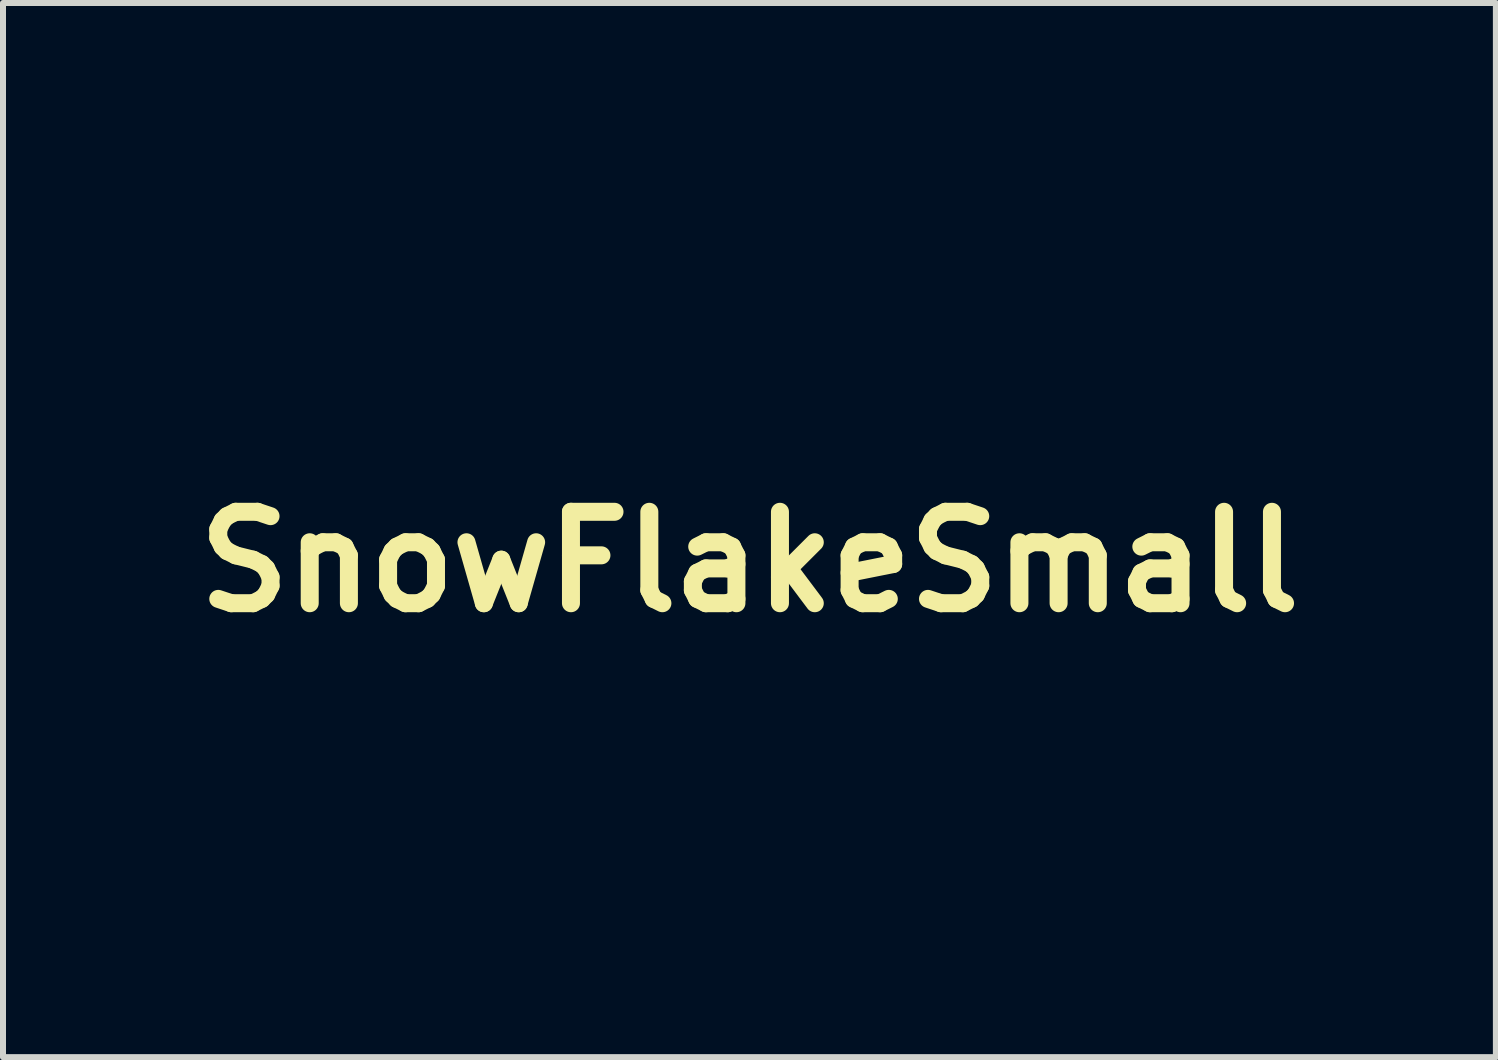
<source format=kicad_pcb>
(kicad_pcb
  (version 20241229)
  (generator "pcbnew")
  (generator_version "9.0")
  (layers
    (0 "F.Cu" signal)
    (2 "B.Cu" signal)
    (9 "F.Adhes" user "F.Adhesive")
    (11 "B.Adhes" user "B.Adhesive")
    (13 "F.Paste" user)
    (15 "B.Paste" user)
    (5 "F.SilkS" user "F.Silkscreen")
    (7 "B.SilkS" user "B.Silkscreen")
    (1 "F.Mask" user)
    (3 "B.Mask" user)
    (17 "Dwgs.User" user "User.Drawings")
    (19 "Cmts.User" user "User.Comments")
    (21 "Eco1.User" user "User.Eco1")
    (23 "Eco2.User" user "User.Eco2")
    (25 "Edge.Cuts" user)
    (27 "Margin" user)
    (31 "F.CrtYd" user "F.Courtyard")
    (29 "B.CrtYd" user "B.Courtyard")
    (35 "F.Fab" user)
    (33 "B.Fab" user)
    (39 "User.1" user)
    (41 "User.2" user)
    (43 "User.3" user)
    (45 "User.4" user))
  (footprint "SnowFlakeSmall"
    (layer "F.Cu")
    (at 9.442 6.315)
    (property "Reference" "SnowFlakeSmall" (at 0 0 0) (layer "F.SilkS") (effects (font (size 1.524 1.524) (thickness 0.3))))
    (attr through_hole)
    (fp_poly (pts (xy 0.097 -5.488) (xy 0.099 -4.666) (xy 0.434 -5.17) (xy 0.769 -5.673) (xy 0.785 -5.663) (xy 0.807 -5.649) (xy 0.834 -5.63) (xy 0.867 -5.609) (xy 0.903 -5.585) (xy 0.942 -5.559) (xy 0.983 -5.532) (xy 1.024 -5.504) (xy 1.064 -5.477) (xy 1.103 -5.451) (xy 1.139 -5.426) (xy 1.172 -5.404) (xy 1.199 -5.385) (xy 1.221 -5.371) (xy 1.235 -5.36) (xy 1.241 -5.355) (xy 1.242 -5.355) (xy 1.239 -5.35) (xy 1.23 -5.336) (xy 1.215 -5.314) (xy 1.195 -5.283) (xy 1.17 -5.245) (xy 1.14 -5.2) (xy 1.106 -5.149) (xy 1.068 -5.091) (xy 1.026 -5.028) (xy 0.98 -4.959) (xy 0.931 -4.886) (xy 0.88 -4.808) (xy 0.826 -4.727) (xy 0.77 -4.643) (xy 0.711 -4.555) (xy 0.669 -4.492) (xy 0.096 -3.632) (xy 0.099 -2.143) (xy 0.15 -2.213) (xy 0.159 -2.226) (xy 0.175 -2.248) (xy 0.196 -2.277) (xy 0.223 -2.314) (xy 0.255 -2.358) (xy 0.291 -2.408) (xy 0.331 -2.463) (xy 0.374 -2.523) (xy 0.421 -2.587) (xy 0.47 -2.655) (xy 0.522 -2.726) (xy 0.575 -2.799) (xy 0.629 -2.874) (xy 0.644 -2.894) (xy 1.088 -3.504) (xy 1.809 -2.981) (xy 1.889 -2.922) (xy 1.967 -2.865) (xy 2.042 -2.811) (xy 2.113 -2.759) (xy 2.181 -2.71) (xy 2.244 -2.664) (xy 2.302 -2.621) (xy 2.354 -2.583) (xy 2.401 -2.549) (xy 2.441 -2.519) (xy 2.475 -2.494) (xy 2.501 -2.475) (xy 2.519 -2.462) (xy 2.528 -2.454) (xy 2.53 -2.453) (xy 2.527 -2.448) (xy 2.517 -2.434) (xy 2.502 -2.412) (xy 2.481 -2.383) (xy 2.455 -2.347) (xy 2.424 -2.304) (xy 2.388 -2.255) (xy 2.349 -2.2) (xy 2.306 -2.14) (xy 2.259 -2.076) (xy 2.21 -2.008) (xy 2.157 -1.936) (xy 2.103 -1.861) (xy 2.047 -1.783) (xy 2.04 -1.774) (xy 1.983 -1.696) (xy 1.928 -1.62) (xy 1.876 -1.548) (xy 1.826 -1.479) (xy 1.779 -1.414) (xy 1.735 -1.353) (xy 1.694 -1.298) (xy 1.658 -1.248) (xy 1.626 -1.204) (xy 1.599 -1.166) (xy 1.577 -1.136) (xy 1.56 -1.113) (xy 1.55 -1.098) (xy 1.545 -1.092) (xy 1.545 -1.092) (xy 1.549 -1.092) (xy 1.562 -1.094) (xy 1.583 -1.1) (xy 1.611 -1.108) (xy 1.644 -1.118) (xy 1.667 -1.126) (xy 1.689 -1.133) (xy 1.721 -1.143) (xy 1.762 -1.156) (xy 1.811 -1.172) (xy 1.867 -1.191) (xy 1.93 -1.211) (xy 1.999 -1.233) (xy 2.072 -1.257) (xy 2.15 -1.282) (xy 2.23 -1.308) (xy 2.312 -1.335) (xy 2.396 -1.362) (xy 2.418 -1.369) (xy 3.043 -1.572) (xy 3.664 -2.348) (xy 3.73 -2.43) (xy 3.794 -2.51) (xy 3.856 -2.587) (xy 3.915 -2.661) (xy 3.972 -2.732) (xy 4.025 -2.798) (xy 4.074 -2.859) (xy 4.119 -2.916) (xy 4.161 -2.967) (xy 4.197 -3.012) (xy 4.228 -3.051) (xy 4.254 -3.083) (xy 4.274 -3.108) (xy 4.288 -3.125) (xy 4.295 -3.134) (xy 4.296 -3.135) (xy 4.298 -3.137) (xy 4.301 -3.138) (xy 4.306 -3.138) (xy 4.312 -3.135) (xy 4.322 -3.129) (xy 4.335 -3.12) (xy 4.352 -3.107) (xy 4.375 -3.09) (xy 4.403 -3.068) (xy 4.438 -3.04) (xy 4.48 -3.006) (xy 4.526 -2.969) (xy 4.57 -2.935) (xy 4.61 -2.902) (xy 4.647 -2.872) (xy 4.679 -2.846) (xy 4.706 -2.824) (xy 4.727 -2.807) (xy 4.741 -2.795) (xy 4.747 -2.789) (xy 4.747 -2.789) (xy 4.744 -2.784) (xy 4.733 -2.771) (xy 4.717 -2.75) (xy 4.695 -2.723) (xy 4.668 -2.689) (xy 4.637 -2.649) (xy 4.601 -2.604) (xy 4.561 -2.554) (xy 4.518 -2.5) (xy 4.472 -2.442) (xy 4.424 -2.382) (xy 4.392 -2.342) (xy 4.343 -2.281) (xy 4.295 -2.221) (xy 4.25 -2.165) (xy 4.209 -2.113) (xy 4.17 -2.065) (xy 4.136 -2.022) (xy 4.106 -1.984) (xy 4.081 -1.953) (xy 4.061 -1.928) (xy 4.047 -1.91) (xy 4.04 -1.9) (xy 4.038 -1.898) (xy 4.044 -1.9) (xy 4.059 -1.904) (xy 4.084 -1.912) (xy 4.118 -1.923) (xy 4.16 -1.937) (xy 4.21 -1.953) (xy 4.267 -1.971) (xy 4.33 -1.991) (xy 4.399 -2.014) (xy 4.473 -2.038) (xy 4.552 -2.063) (xy 4.635 -2.09) (xy 4.721 -2.118) (xy 4.769 -2.134) (xy 4.857 -2.162) (xy 4.942 -2.19) (xy 5.023 -2.216) (xy 5.1 -2.241) (xy 5.172 -2.264) (xy 5.239 -2.286) (xy 5.3 -2.305) (xy 5.355 -2.323) (xy 5.402 -2.338) (xy 5.441 -2.35) (xy 5.471 -2.36) (xy 5.493 -2.367) (xy 5.505 -2.37) (xy 5.507 -2.371) (xy 5.514 -2.369) (xy 5.515 -2.368) (xy 5.516 -2.362) (xy 5.521 -2.347) (xy 5.529 -2.322) (xy 5.54 -2.289) (xy 5.553 -2.249) (xy 5.568 -2.203) (xy 5.584 -2.151) (xy 5.603 -2.094) (xy 5.622 -2.033) (xy 5.639 -1.983) (xy 5.659 -1.92) (xy 5.679 -1.86) (xy 5.696 -1.804) (xy 5.713 -1.753) (xy 5.727 -1.708) (xy 5.739 -1.669) (xy 5.748 -1.638) (xy 5.755 -1.615) (xy 5.758 -1.601) (xy 5.759 -1.597) (xy 5.753 -1.595) (xy 5.737 -1.59) (xy 5.713 -1.581) (xy 5.679 -1.57) (xy 5.638 -1.556) (xy 5.589 -1.54) (xy 5.534 -1.522) (xy 5.473 -1.503) (xy 5.407 -1.481) (xy 5.337 -1.458) (xy 5.264 -1.434) (xy 5.187 -1.409) (xy 5.109 -1.383) (xy 5.029 -1.357) (xy 4.948 -1.331) (xy 4.867 -1.305) (xy 4.787 -1.279) (xy 4.709 -1.253) (xy 4.633 -1.229) (xy 4.559 -1.205) (xy 4.489 -1.182) (xy 4.424 -1.161) (xy 4.363 -1.141) (xy 4.309 -1.124) (xy 4.261 -1.108) (xy 4.259 -1.108) (xy 4.227 -1.097) (xy 4.206 -1.089) (xy 4.193 -1.084) (xy 4.189 -1.08) (xy 4.191 -1.078) (xy 4.198 -1.076) (xy 4.215 -1.071) (xy 4.241 -1.064) (xy 4.277 -1.054) (xy 4.32 -1.042) (xy 4.37 -1.028) (xy 4.428 -1.012) (xy 4.491 -0.995) (xy 4.559 -0.976) (xy 4.631 -0.956) (xy 4.708 -0.935) (xy 4.787 -0.914) (xy 4.795 -0.912) (xy 4.874 -0.89) (xy 4.951 -0.869) (xy 5.023 -0.849) (xy 5.091 -0.83) (xy 5.154 -0.813) (xy 5.211 -0.798) (xy 5.261 -0.784) (xy 5.304 -0.772) (xy 5.339 -0.762) (xy 5.365 -0.755) (xy 5.382 -0.75) (xy 5.389 -0.748) (xy 5.389 -0.748) (xy 5.387 -0.743) (xy 5.383 -0.728) (xy 5.377 -0.704) (xy 5.368 -0.672) (xy 5.358 -0.633) (xy 5.346 -0.589) (xy 5.333 -0.54) (xy 5.318 -0.487) (xy 5.315 -0.474) (xy 5.296 -0.406) (xy 5.28 -0.349) (xy 5.266 -0.302) (xy 5.255 -0.264) (xy 5.246 -0.236) (xy 5.239 -0.216) (xy 5.235 -0.204) (xy 5.232 -0.201) (xy 5.225 -0.203) (xy 5.209 -0.207) (xy 5.183 -0.214) (xy 5.147 -0.224) (xy 5.103 -0.236) (xy 5.05 -0.25) (xy 4.99 -0.266) (xy 4.923 -0.285) (xy 4.849 -0.305) (xy 4.769 -0.327) (xy 4.684 -0.35) (xy 4.594 -0.375) (xy 4.499 -0.401) (xy 4.401 -0.428) (xy 4.299 -0.455) (xy 4.213 -0.479) (xy 4.109 -0.508) (xy 4.007 -0.535) (xy 3.909 -0.562) (xy 3.815 -0.588) (xy 3.726 -0.612) (xy 3.641 -0.635) (xy 3.562 -0.657) (xy 3.489 -0.677) (xy 3.423 -0.695) (xy 3.364 -0.711) (xy 3.313 -0.724) (xy 3.27 -0.736) (xy 3.235 -0.745) (xy 3.211 -0.752) (xy 3.196 -0.756) (xy 3.191 -0.757) (xy 3.184 -0.755) (xy 3.167 -0.75) (xy 3.141 -0.742) (xy 3.107 -0.731) (xy 3.066 -0.718) (xy 3.017 -0.703) (xy 2.963 -0.686) (xy 2.903 -0.667) (xy 2.84 -0.646) (xy 2.772 -0.624) (xy 2.702 -0.601) (xy 2.629 -0.578) (xy 2.555 -0.554) (xy 2.48 -0.53) (xy 2.406 -0.505) (xy 2.333 -0.481) (xy 2.261 -0.458) (xy 2.191 -0.435) (xy 2.125 -0.413) (xy 2.063 -0.393) (xy 2.006 -0.374) (xy 1.954 -0.357) (xy 1.909 -0.341) (xy 1.87 -0.328) (xy 1.84 -0.318) (xy 1.818 -0.31) (xy 1.805 -0.305) (xy 1.803 -0.304) (xy 1.808 -0.302) (xy 1.824 -0.297) (xy 1.849 -0.288) (xy 1.883 -0.277) (xy 1.924 -0.264) (xy 1.973 -0.248) (xy 2.028 -0.23) (xy 2.088 -0.21) (xy 2.154 -0.189) (xy 2.224 -0.166) (xy 2.297 -0.142) (xy 2.372 -0.118) (xy 2.45 -0.092) (xy 2.529 -0.067) (xy 2.609 -0.041) (xy 2.688 -0.015) (xy 2.767 0.011) (xy 2.843 0.036) (xy 2.918 0.06) (xy 2.989 0.083) (xy 3.056 0.105) (xy 3.119 0.125) (xy 3.176 0.144) (xy 3.228 0.16) (xy 3.272 0.175) (xy 3.31 0.187) (xy 3.339 0.196) (xy 3.343 0.197) (xy 3.366 0.205) (xy 3.384 0.213) (xy 3.395 0.219) (xy 3.398 0.222) (xy 3.396 0.228) (xy 3.391 0.244) (xy 3.383 0.27) (xy 3.372 0.305) (xy 3.358 0.348) (xy 3.342 0.399) (xy 3.323 0.457) (xy 3.302 0.522) (xy 3.279 0.593) (xy 3.254 0.67) (xy 3.228 0.751) (xy 3.2 0.837) (xy 3.171 0.927) (xy 3.141 1.02) (xy 3.123 1.073) (xy 2.849 1.918) (xy 2.783 1.896) (xy 2.75 1.885) (xy 2.708 1.871) (xy 2.659 1.855) (xy 2.604 1.837) (xy 2.544 1.817) (xy 2.478 1.796) (xy 2.408 1.773) (xy 2.335 1.75) (xy 2.259 1.725) (xy 2.181 1.7) (xy 2.102 1.674) (xy 2.023 1.649) (xy 1.943 1.623) (xy 1.865 1.597) (xy 1.788 1.573) (xy 1.713 1.549) (xy 1.642 1.526) (xy 1.574 1.504) (xy 1.511 1.483) (xy 1.453 1.465) (xy 1.401 1.448) (xy 1.356 1.434) (xy 1.318 1.422) (xy 1.288 1.412) (xy 1.267 1.406) (xy 1.256 1.403) (xy 1.255 1.402) (xy 1.257 1.407) (xy 1.267 1.42) (xy 1.282 1.442) (xy 1.302 1.471) (xy 1.328 1.507) (xy 1.359 1.549) (xy 1.394 1.597) (xy 1.432 1.651) (xy 1.475 1.71) (xy 1.52 1.773) (xy 1.569 1.84) (xy 1.62 1.91) (xy 1.673 1.983) (xy 1.699 2.02) (xy 1.764 2.108) (xy 1.822 2.188) (xy 1.874 2.26) (xy 1.92 2.323) (xy 1.961 2.38) (xy 1.998 2.429) (xy 2.029 2.472) (xy 2.057 2.509) (xy 2.08 2.54) (xy 2.1 2.566) (xy 2.116 2.588) (xy 2.13 2.605) (xy 2.141 2.618) (xy 2.15 2.628) (xy 2.157 2.636) (xy 2.162 2.64) (xy 2.166 2.643) (xy 2.167 2.643) (xy 2.174 2.646) (xy 2.192 2.653) (xy 2.218 2.663) (xy 2.254 2.676) (xy 2.299 2.693) (xy 2.351 2.712) (xy 2.41 2.735) (xy 2.476 2.76) (xy 2.549 2.787) (xy 2.627 2.816) (xy 2.71 2.847) (xy 2.798 2.88) (xy 2.89 2.914) (xy 2.985 2.95) (xy 3.084 2.987) (xy 3.141 3.008) (xy 3.241 3.046) (xy 3.338 3.082) (xy 3.431 3.117) (xy 3.52 3.151) (xy 3.605 3.182) (xy 3.686 3.212) (xy 3.76 3.24) (xy 3.829 3.266) (xy 3.891 3.289) (xy 3.946 3.31) (xy 3.993 3.328) (xy 4.032 3.343) (xy 4.063 3.354) (xy 4.084 3.362) (xy 4.095 3.367) (xy 4.097 3.368) (xy 4.096 3.373) (xy 4.091 3.388) (xy 4.083 3.411) (xy 4.072 3.441) (xy 4.059 3.476) (xy 4.045 3.516) (xy 4.029 3.559) (xy 4.012 3.604) (xy 3.995 3.65) (xy 3.978 3.695) (xy 3.962 3.739) (xy 3.946 3.78) (xy 3.932 3.816) (xy 3.92 3.847) (xy 3.911 3.872) (xy 3.904 3.888) (xy 3.901 3.896) (xy 3.901 3.896) (xy 3.895 3.895) (xy 3.879 3.89) (xy 3.854 3.881) (xy 3.821 3.87) (xy 3.78 3.855) (xy 3.732 3.837) (xy 3.677 3.817) (xy 3.617 3.795) (xy 3.551 3.771) (xy 3.482 3.745) (xy 3.408 3.718) (xy 3.332 3.69) (xy 3.33 3.689) (xy 3.254 3.66) (xy 3.18 3.633) (xy 3.111 3.607) (xy 3.045 3.583) (xy 2.985 3.56) (xy 2.93 3.54) (xy 2.882 3.522) (xy 2.841 3.507) (xy 2.808 3.495) (xy 2.783 3.486) (xy 2.768 3.481) (xy 2.762 3.479) (xy 2.762 3.479) (xy 2.765 3.483) (xy 2.775 3.497) (xy 2.79 3.518) (xy 2.811 3.547) (xy 2.837 3.583) (xy 2.867 3.626) (xy 2.903 3.675) (xy 2.942 3.729) (xy 2.985 3.788) (xy 3.031 3.852) (xy 3.08 3.92) (xy 3.132 3.992) (xy 3.186 4.067) (xy 3.242 4.144) (xy 3.3 4.223) (xy 3.358 4.304) (xy 3.418 4.385) (xy 3.477 4.467) (xy 3.537 4.55) (xy 3.597 4.631) (xy 3.655 4.712) (xy 3.667 4.728) (xy 3.696 4.768) (xy 3.365 5.009) (xy 3.035 5.249) (xy 3.007 5.211) (xy 3 5.202) (xy 2.987 5.184) (xy 2.969 5.158) (xy 2.945 5.125) (xy 2.915 5.085) (xy 2.882 5.039) (xy 2.844 4.987) (xy 2.803 4.93) (xy 2.758 4.869) (xy 2.711 4.804) (xy 2.661 4.735) (xy 2.609 4.663) (xy 2.555 4.59) (xy 2.541 4.571) (xy 2.488 4.497) (xy 2.437 4.426) (xy 2.387 4.359) (xy 2.341 4.295) (xy 2.297 4.235) (xy 2.257 4.18) (xy 2.22 4.13) (xy 2.188 4.086) (xy 2.16 4.048) (xy 2.138 4.017) (xy 2.12 3.993) (xy 2.109 3.977) (xy 2.103 3.97) (xy 2.103 3.969) (xy 2.103 3.975) (xy 2.103 3.991) (xy 2.105 4.017) (xy 2.106 4.053) (xy 2.108 4.096) (xy 2.111 4.147) (xy 2.113 4.205) (xy 2.117 4.269) (xy 2.12 4.338) (xy 2.124 4.411) (xy 2.127 4.489) (xy 2.131 4.558) (xy 2.135 4.638) (xy 2.139 4.715) (xy 2.142 4.788) (xy 2.146 4.857) (xy 2.149 4.92) (xy 2.152 4.977) (xy 2.154 5.026) (xy 2.156 5.069) (xy 2.158 5.102) (xy 2.159 5.127) (xy 2.159 5.142) (xy 2.16 5.146) (xy 2.154 5.146) (xy 2.138 5.147) (xy 2.114 5.149) (xy 2.082 5.15) (xy 2.044 5.152) (xy 2.002 5.155) (xy 1.956 5.157) (xy 1.908 5.159) (xy 1.859 5.161) (xy 1.81 5.164) (xy 1.763 5.166) (xy 1.72 5.168) (xy 1.68 5.169) (xy 1.647 5.171) (xy 1.62 5.172) (xy 1.601 5.172) (xy 1.593 5.172) (xy 1.592 5.172) (xy 1.591 5.166) (xy 1.59 5.15) (xy 1.589 5.123) (xy 1.587 5.087) (xy 1.584 5.042) (xy 1.581 4.988) (xy 1.578 4.927) (xy 1.575 4.858) (xy 1.571 4.782) (xy 1.567 4.701) (xy 1.562 4.614) (xy 1.558 4.521) (xy 1.553 4.425) (xy 1.548 4.324) (xy 1.543 4.22) (xy 1.54 4.172) (xy 1.535 4.067) (xy 1.53 3.964) (xy 1.525 3.865) (xy 1.52 3.769) (xy 1.516 3.678) (xy 1.511 3.592) (xy 1.507 3.512) (xy 1.504 3.438) (xy 1.5 3.372) (xy 1.498 3.312) (xy 1.495 3.261) (xy 1.493 3.219) (xy 1.491 3.185) (xy 1.49 3.162) (xy 1.489 3.149) (xy 1.489 3.147) (xy 1.489 3.143) (xy 1.488 3.138) (xy 1.486 3.133) (xy 1.483 3.126) (xy 1.479 3.118) (xy 1.473 3.108) (xy 1.465 3.094) (xy 1.454 3.078) (xy 1.44 3.058) (xy 1.424 3.034) (xy 1.403 3.006) (xy 1.379 2.972) (xy 1.351 2.933) (xy 1.319 2.887) (xy 1.281 2.836) (xy 1.239 2.777) (xy 1.191 2.711) (xy 1.137 2.637) (xy 1.077 2.554) (xy 1.042 2.506) (xy 0.988 2.432) (xy 0.936 2.36) (xy 0.886 2.291) (xy 0.838 2.226) (xy 0.793 2.164) (xy 0.752 2.108) (xy 0.714 2.056) (xy 0.681 2.01) (xy 0.651 1.97) (xy 0.627 1.937) (xy 0.608 1.911) (xy 0.595 1.894) (xy 0.588 1.884) (xy 0.586 1.883) (xy 0.585 1.881) (xy 0.584 1.881) (xy 0.582 1.882) (xy 0.581 1.885) (xy 0.58 1.89) (xy 0.58 1.899) (xy 0.579 1.911) (xy 0.578 1.927) (xy 0.578 1.947) (xy 0.577 1.973) (xy 0.577 2.004) (xy 0.577 2.042) (xy 0.576 2.086) (xy 0.576 2.137) (xy 0.576 2.196) (xy 0.576 2.263) (xy 0.576 2.339) (xy 0.576 2.425) (xy 0.576 2.52) (xy 0.576 2.625) (xy 0.576 2.719) (xy 0.576 3.567) (xy -1.208 3.567) (xy -1.208 2.725) (xy -1.208 2.611) (xy -1.208 2.508) (xy -1.208 2.415) (xy -1.208 2.332) (xy -1.208 2.258) (xy -1.208 2.193) (xy -1.208 2.135) (xy -1.209 2.086) (xy -1.209 2.043) (xy -1.209 2.007) (xy -1.21 1.978) (xy -1.21 1.953) (xy -1.211 1.934) (xy -1.211 1.919) (xy -1.212 1.908) (xy -1.213 1.9) (xy -1.214 1.895) (xy -1.215 1.893) (xy -1.216 1.892) (xy -1.217 1.893) (xy -1.219 1.894) (xy -1.223 1.9) (xy -1.235 1.915) (xy -1.251 1.937) (xy -1.273 1.967) (xy -1.3 2.003) (xy -1.33 2.045) (xy -1.365 2.093) (xy -1.403 2.144) (xy -1.443 2.2) (xy -1.486 2.259) (xy -1.531 2.32) (xy -1.577 2.384) (xy -1.624 2.448) (xy -1.671 2.513) (xy -1.718 2.579) (xy -1.765 2.643) (xy -1.81 2.706) (xy -1.855 2.767) (xy -1.897 2.825) (xy -1.936 2.88) (xy -1.973 2.931) (xy -2.007 2.977) (xy -2.036 3.018) (xy -2.061 3.053) (xy -2.081 3.082) (xy -2.096 3.103) (xy -2.106 3.116) (xy -2.108 3.12) (xy -2.11 3.125) (xy -2.111 3.135) (xy -2.112 3.15) (xy -2.114 3.172) (xy -2.116 3.2) (xy -2.118 3.235) (xy -2.12 3.277) (xy -2.123 3.327) (xy -2.126 3.384) (xy -2.129 3.45) (xy -2.132 3.525) (xy -2.136 3.608) (xy -2.14 3.701) (xy -2.145 3.804) (xy -2.15 3.918) (xy -2.156 4.041) (xy -2.16 4.153) (xy -2.165 4.259) (xy -2.17 4.362) (xy -2.174 4.462) (xy -2.178 4.557) (xy -2.182 4.648) (xy -2.186 4.734) (xy -2.19 4.813) (xy -2.194 4.886) (xy -2.197 4.953) (xy -2.2 5.011) (xy -2.202 5.062) (xy -2.204 5.104) (xy -2.206 5.136) (xy -2.207 5.159) (xy -2.208 5.172) (xy -2.209 5.174) (xy -2.215 5.174) (xy -2.23 5.174) (xy -2.255 5.173) (xy -2.287 5.172) (xy -2.325 5.171) (xy -2.368 5.17) (xy -2.414 5.168) (xy -2.462 5.166) (xy -2.511 5.164) (xy -2.559 5.162) (xy -2.606 5.16) (xy -2.65 5.159) (xy -2.689 5.157) (xy -2.722 5.155) (xy -2.748 5.154) (xy -2.766 5.153) (xy -2.775 5.152) (xy -2.775 5.152) (xy -2.775 5.146) (xy -2.774 5.13) (xy -2.773 5.104) (xy -2.772 5.069) (xy -2.77 5.025) (xy -2.768 4.974) (xy -2.765 4.917) (xy -2.762 4.853) (xy -2.759 4.783) (xy -2.756 4.71) (xy -2.752 4.632) (xy -2.749 4.561) (xy -2.746 4.48) (xy -2.742 4.403) (xy -2.739 4.329) (xy -2.736 4.261) (xy -2.733 4.197) (xy -2.731 4.14) (xy -2.729 4.09) (xy -2.727 4.047) (xy -2.726 4.013) (xy -2.725 3.988) (xy -2.724 3.973) (xy -2.724 3.969) (xy -2.724 3.968) (xy -2.724 3.966) (xy -2.724 3.965) (xy -2.723 3.964) (xy -2.723 3.964) (xy -2.725 3.965) (xy -2.727 3.968) (xy -2.731 3.973) (xy -2.736 3.98) (xy -2.744 3.991) (xy -2.754 4.005) (xy -2.767 4.023) (xy -2.784 4.045) (xy -2.803 4.072) (xy -2.826 4.104) (xy -2.854 4.141) (xy -2.886 4.185) (xy -2.922 4.235) (xy -2.964 4.293) (xy -3.01 4.357) (xy -3.063 4.43) (xy -3.121 4.51) (xy -3.186 4.599) (xy -3.189 4.603) (xy -3.244 4.678) (xy -3.296 4.751) (xy -3.347 4.821) (xy -3.395 4.888) (xy -3.441 4.95) (xy -3.483 5.008) (xy -3.521 5.06) (xy -3.555 5.107) (xy -3.585 5.148) (xy -3.61 5.182) (xy -3.63 5.209) (xy -3.644 5.228) (xy -3.652 5.239) (xy -3.654 5.242) (xy -3.658 5.241) (xy -3.666 5.237) (xy -3.68 5.229) (xy -3.699 5.216) (xy -3.725 5.199) (xy -3.757 5.176) (xy -3.796 5.148) (xy -3.843 5.115) (xy -3.898 5.075) (xy -3.961 5.029) (xy -3.982 5.014) (xy -4.036 4.975) (xy -4.087 4.938) (xy -4.134 4.903) (xy -4.178 4.872) (xy -4.216 4.843) (xy -4.25 4.819) (xy -4.276 4.799) (xy -4.296 4.785) (xy -4.308 4.776) (xy -4.311 4.773) (xy -4.311 4.771) (xy -4.309 4.765) (xy -4.304 4.756) (xy -4.296 4.744) (xy -4.285 4.727) (xy -4.27 4.705) (xy -4.251 4.678) (xy -4.229 4.646) (xy -4.202 4.609) (xy -4.171 4.565) (xy -4.134 4.514) (xy -4.093 4.456) (xy -4.046 4.391) (xy -3.993 4.319) (xy -3.935 4.238) (xy -3.87 4.148) (xy -3.844 4.112) (xy -3.788 4.036) (xy -3.734 3.962) (xy -3.683 3.891) (xy -3.634 3.824) (xy -3.588 3.76) (xy -3.546 3.701) (xy -3.507 3.648) (xy -3.473 3.599) (xy -3.442 3.557) (xy -3.417 3.522) (xy -3.397 3.494) (xy -3.382 3.473) (xy -3.374 3.461) (xy -3.371 3.457) (xy -3.377 3.458) (xy -3.392 3.464) (xy -3.417 3.473) (xy -3.449 3.485) (xy -3.49 3.5) (xy -3.538 3.518) (xy -3.592 3.538) (xy -3.652 3.561) (xy -3.717 3.585) (xy -3.786 3.611) (xy -3.859 3.639) (xy -3.923 3.663) (xy -3.998 3.692) (xy -4.071 3.72) (xy -4.14 3.746) (xy -4.205 3.77) (xy -4.265 3.793) (xy -4.319 3.814) (xy -4.367 3.832) (xy -4.408 3.847) (xy -4.44 3.859) (xy -4.465 3.868) (xy -4.48 3.874) (xy -4.485 3.876) (xy -4.491 3.876) (xy -4.497 3.872) (xy -4.503 3.863) (xy -4.51 3.845) (xy -4.514 3.834) (xy -4.547 3.748) (xy -4.576 3.672) (xy -4.601 3.605) (xy -4.623 3.547) (xy -4.641 3.498) (xy -4.657 3.457) (xy -4.669 3.423) (xy -4.678 3.396) (xy -4.685 3.376) (xy -4.69 3.361) (xy -4.692 3.352) (xy -4.693 3.348) (xy -4.693 3.347) (xy -4.687 3.345) (xy -4.671 3.339) (xy -4.646 3.329) (xy -4.612 3.316) (xy -4.569 3.299) (xy -4.518 3.28) (xy -4.461 3.258) (xy -4.396 3.233) (xy -4.324 3.206) (xy -4.247 3.176) (xy -4.165 3.145) (xy -4.078 3.112) (xy -3.987 3.077) (xy -3.892 3.041) (xy -3.794 3.003) (xy -3.725 2.977) (xy -3.625 2.939) (xy -3.528 2.902) (xy -3.434 2.867) (xy -3.344 2.832) (xy -3.258 2.8) (xy -3.177 2.769) (xy -3.102 2.74) (xy -3.033 2.714) (xy -2.97 2.69) (xy -2.914 2.669) (xy -2.865 2.65) (xy -2.825 2.635) (xy -2.794 2.623) (xy -2.771 2.614) (xy -2.758 2.609) (xy -2.755 2.608) (xy -2.751 2.603) (xy -2.741 2.59) (xy -2.725 2.569) (xy -2.704 2.54) (xy -2.679 2.506) (xy -2.649 2.465) (xy -2.615 2.419) (xy -2.578 2.369) (xy -2.538 2.314) (xy -2.496 2.257) (xy -2.452 2.196) (xy -2.406 2.134) (xy -2.36 2.07) (xy -2.313 2.006) (xy -2.266 1.942) (xy -2.22 1.878) (xy -2.174 1.816) (xy -2.13 1.755) (xy -2.088 1.697) (xy -2.048 1.642) (xy -2.011 1.591) (xy -1.978 1.545) (xy -1.948 1.503) (xy -1.922 1.468) (xy -1.901 1.438) (xy -1.885 1.416) (xy -1.875 1.402) (xy -1.871 1.396) (xy -1.871 1.396) (xy -1.876 1.397) (xy -1.892 1.402) (xy -1.917 1.41) (xy -1.951 1.421) (xy -1.994 1.435) (xy -2.044 1.451) (xy -2.101 1.469) (xy -2.165 1.49) (xy -2.235 1.513) (xy -2.311 1.537) (xy -2.391 1.563) (xy -2.476 1.591) (xy -2.564 1.619) (xy -2.656 1.649) (xy -2.676 1.656) (xy -2.768 1.686) (xy -2.857 1.715) (xy -2.942 1.742) (xy -3.024 1.769) (xy -3.101 1.794) (xy -3.172 1.817) (xy -3.237 1.838) (xy -3.296 1.857) (xy -3.348 1.874) (xy -3.392 1.888) (xy -3.428 1.9) (xy -3.455 1.908) (xy -3.473 1.914) (xy -3.481 1.916) (xy -3.481 1.916) (xy -3.483 1.911) (xy -3.488 1.895) (xy -3.497 1.871) (xy -3.508 1.837) (xy -3.521 1.796) (xy -3.537 1.747) (xy -3.555 1.692) (xy -3.575 1.631) (xy -3.596 1.565) (xy -3.619 1.494) (xy -3.644 1.42) (xy -3.669 1.342) (xy -3.695 1.263) (xy -3.721 1.181) (xy -3.748 1.099) (xy -3.775 1.016) (xy -3.801 0.934) (xy -3.827 0.853) (xy -3.853 0.774) (xy -3.878 0.697) (xy -3.901 0.624) (xy -3.924 0.554) (xy -3.945 0.49) (xy -3.964 0.43) (xy -3.981 0.377) (xy -3.996 0.33) (xy -4.009 0.291) (xy -4.018 0.26) (xy -4.025 0.238) (xy -4.029 0.225) (xy -4.03 0.222) (xy -4.025 0.218) (xy -4.01 0.21) (xy -3.987 0.202) (xy -3.967 0.195) (xy -3.943 0.187) (xy -3.91 0.176) (xy -3.87 0.163) (xy -3.822 0.148) (xy -3.768 0.13) (xy -3.708 0.111) (xy -3.643 0.09) (xy -3.574 0.067) (xy -3.502 0.044) (xy -3.427 0.019) (xy -3.349 -0.006) (xy -3.271 -0.031) (xy -3.191 -0.057) (xy -3.112 -0.083) (xy -3.034 -0.108) (xy -2.957 -0.133) (xy -2.883 -0.157) (xy -2.811 -0.181) (xy -2.744 -0.203) (xy -2.681 -0.223) (xy -2.623 -0.242) (xy -2.571 -0.259) (xy -2.525 -0.274) (xy -2.487 -0.286) (xy -2.457 -0.296) (xy -2.436 -0.303) (xy -2.425 -0.306) (xy -2.423 -0.307) (xy -2.428 -0.309) (xy -2.444 -0.314) (xy -2.468 -0.322) (xy -2.502 -0.333) (xy -2.544 -0.347) (xy -2.594 -0.363) (xy -2.65 -0.382) (xy -2.713 -0.402) (xy -2.782 -0.425) (xy -2.857 -0.449) (xy -2.935 -0.475) (xy -3.018 -0.502) (xy -3.104 -0.53) (xy -3.158 -0.547) (xy -3.894 -0.786) (xy -4.9 -0.514) (xy -5.004 -0.486) (xy -5.104 -0.459) (xy -5.202 -0.432) (xy -5.295 -0.407) (xy -5.384 -0.384) (xy -5.468 -0.361) (xy -5.547 -0.34) (xy -5.619 -0.321) (xy -5.684 -0.304) (xy -5.742 -0.289) (xy -5.793 -0.275) (xy -5.835 -0.265) (xy -5.868 -0.256) (xy -5.892 -0.25) (xy -5.906 -0.247) (xy -5.909 -0.246) (xy -5.912 -0.253) (xy -5.917 -0.269) (xy -5.923 -0.293) (xy -5.932 -0.324) (xy -5.942 -0.361) (xy -5.954 -0.402) (xy -5.966 -0.447) (xy -5.979 -0.493) (xy -5.991 -0.54) (xy -6.004 -0.587) (xy -6.016 -0.632) (xy -6.027 -0.674) (xy -6.036 -0.711) (xy -6.045 -0.743) (xy -6.051 -0.768) (xy -6.055 -0.784) (xy -6.056 -0.792) (xy -6.056 -0.792) (xy -6.05 -0.794) (xy -6.035 -0.798) (xy -6.009 -0.805) (xy -5.975 -0.814) (xy -5.933 -0.826) (xy -5.884 -0.839) (xy -5.828 -0.854) (xy -5.766 -0.871) (xy -5.699 -0.889) (xy -5.627 -0.909) (xy -5.552 -0.929) (xy -5.484 -0.947) (xy -5.405 -0.968) (xy -5.33 -0.989) (xy -5.259 -1.008) (xy -5.192 -1.026) (xy -5.13 -1.043) (xy -5.074 -1.058) (xy -5.024 -1.072) (xy -4.982 -1.083) (xy -4.948 -1.093) (xy -4.923 -1.1) (xy -4.907 -1.104) (xy -4.902 -1.106) (xy -4.901 -1.108) (xy -4.906 -1.112) (xy -4.919 -1.118) (xy -4.94 -1.126) (xy -4.97 -1.136) (xy -5.01 -1.149) (xy -5.015 -1.151) (xy -5.137 -1.19) (xy -5.256 -1.229) (xy -5.371 -1.266) (xy -5.482 -1.302) (xy -5.59 -1.337) (xy -5.692 -1.37) (xy -5.789 -1.402) (xy -5.88 -1.432) (xy -5.965 -1.46) (xy -6.044 -1.486) (xy -6.116 -1.51) (xy -6.18 -1.531) (xy -6.236 -1.55) (xy -6.285 -1.566) (xy -6.324 -1.579) (xy -6.354 -1.589) (xy -6.374 -1.597) (xy -6.385 -1.6) (xy -6.386 -1.601) (xy -6.384 -1.608) (xy -6.379 -1.624) (xy -6.371 -1.649) (xy -6.361 -1.681) (xy -6.348 -1.72) (xy -6.334 -1.764) (xy -6.318 -1.813) (xy -6.301 -1.865) (xy -6.284 -1.919) (xy -6.265 -1.975) (xy -6.247 -2.031) (xy -6.229 -2.085) (xy -6.212 -2.138) (xy -6.196 -2.188) (xy -6.181 -2.234) (xy -6.167 -2.275) (xy -6.156 -2.31) (xy -6.147 -2.338) (xy -6.14 -2.357) (xy -6.137 -2.367) (xy -6.136 -2.368) (xy -6.13 -2.367) (xy -6.114 -2.363) (xy -6.087 -2.355) (xy -6.05 -2.344) (xy -6.003 -2.329) (xy -5.946 -2.312) (xy -5.879 -2.29) (xy -5.803 -2.266) (xy -5.717 -2.238) (xy -5.622 -2.208) (xy -5.518 -2.174) (xy -5.404 -2.137) (xy -5.385 -2.131) (xy -5.296 -2.102) (xy -5.21 -2.074) (xy -5.128 -2.047) (xy -5.05 -2.022) (xy -4.977 -1.998) (xy -4.909 -1.976) (xy -4.848 -1.956) (xy -4.792 -1.939) (xy -4.745 -1.923) (xy -4.705 -1.911) (xy -4.673 -1.9) (xy -4.651 -1.893) (xy -4.638 -1.889) (xy -4.635 -1.889) (xy -4.638 -1.893) (xy -4.648 -1.906) (xy -4.664 -1.926) (xy -4.685 -1.954) (xy -4.712 -1.988) (xy -4.743 -2.028) (xy -4.779 -2.073) (xy -4.819 -2.123) (xy -4.862 -2.178) (xy -4.908 -2.235) (xy -4.956 -2.296) (xy -5 -2.352) (xy -5.051 -2.415) (xy -5.099 -2.476) (xy -5.144 -2.533) (xy -5.187 -2.587) (xy -5.226 -2.637) (xy -5.262 -2.682) (xy -5.293 -2.721) (xy -5.319 -2.755) (xy -5.34 -2.782) (xy -5.355 -2.802) (xy -5.364 -2.814) (xy -5.366 -2.818) (xy -5.362 -2.822) (xy -5.349 -2.832) (xy -5.33 -2.848) (xy -5.304 -2.87) (xy -5.272 -2.895) (xy -5.236 -2.924) (xy -5.196 -2.956) (xy -5.153 -2.99) (xy -5.145 -2.997) (xy -5.093 -3.038) (xy -5.049 -3.073) (xy -5.013 -3.101) (xy -4.983 -3.124) (xy -4.96 -3.141) (xy -4.942 -3.153) (xy -4.93 -3.161) (xy -4.922 -3.165) (xy -4.918 -3.165) (xy -4.918 -3.165) (xy -4.914 -3.16) (xy -4.903 -3.146) (xy -4.886 -3.125) (xy -4.863 -3.096) (xy -4.834 -3.06) (xy -4.8 -3.018) (xy -4.762 -2.969) (xy -4.718 -2.914) (xy -4.671 -2.855) (xy -4.619 -2.79) (xy -4.564 -2.721) (xy -4.506 -2.648) (xy -4.446 -2.572) (xy -4.382 -2.493) (xy -4.317 -2.411) (xy -4.279 -2.362) (xy -3.646 -1.566) (xy -2.914 -1.328) (xy -2.826 -1.3) (xy -2.741 -1.272) (xy -2.66 -1.246) (xy -2.583 -1.221) (xy -2.511 -1.198) (xy -2.444 -1.176) (xy -2.384 -1.157) (xy -2.33 -1.139) (xy -2.283 -1.124) (xy -2.244 -1.112) (xy -2.214 -1.102) (xy -2.193 -1.096) (xy -2.182 -1.092) (xy -2.18 -1.092) (xy -2.183 -1.096) (xy -2.193 -1.11) (xy -2.208 -1.131) (xy -2.229 -1.16) (xy -2.254 -1.196) (xy -2.285 -1.239) (xy -2.32 -1.288) (xy -2.36 -1.342) (xy -2.403 -1.401) (xy -2.449 -1.465) (xy -2.498 -1.533) (xy -2.55 -1.605) (xy -2.604 -1.679) (xy -2.66 -1.756) (xy -2.716 -1.833) (xy -2.771 -1.908) (xy -2.823 -1.981) (xy -2.873 -2.049) (xy -2.92 -2.114) (xy -2.964 -2.175) (xy -3.004 -2.23) (xy -3.041 -2.28) (xy -3.073 -2.324) (xy -3.1 -2.362) (xy -3.122 -2.392) (xy -3.139 -2.415) (xy -3.149 -2.43) (xy -3.154 -2.436) (xy -3.166 -2.454) (xy -2.446 -2.977) (xy -2.366 -3.035) (xy -2.288 -3.092) (xy -2.213 -3.146) (xy -2.141 -3.198) (xy -2.073 -3.247) (xy -2.01 -3.292) (xy -1.952 -3.334) (xy -1.899 -3.372) (xy -1.852 -3.406) (xy -1.811 -3.435) (xy -1.777 -3.459) (xy -1.75 -3.477) (xy -1.732 -3.49) (xy -1.722 -3.497) (xy -1.72 -3.498) (xy -1.716 -3.493) (xy -1.705 -3.479) (xy -1.689 -3.458) (xy -1.667 -3.429) (xy -1.641 -3.392) (xy -1.609 -3.35) (xy -1.573 -3.3) (xy -1.533 -3.246) (xy -1.489 -3.186) (xy -1.442 -3.122) (xy -1.392 -3.053) (xy -1.34 -2.981) (xy -1.285 -2.906) (xy -1.229 -2.828) (xy -1.219 -2.815) (xy -0.725 -2.135) (xy -0.724 -2.899) (xy -0.722 -3.663) (xy -1.282 -4.525) (xy -1.34 -4.615) (xy -1.397 -4.702) (xy -1.451 -4.786) (xy -1.504 -4.867) (xy -1.553 -4.944) (xy -1.6 -5.016) (xy -1.644 -5.084) (xy -1.684 -5.146) (xy -1.72 -5.202) (xy -1.752 -5.252) (xy -1.78 -5.296) (xy -1.803 -5.332) (xy -1.821 -5.36) (xy -1.834 -5.38) (xy -1.841 -5.392) (xy -1.842 -5.394) (xy -1.838 -5.398) (xy -1.825 -5.408) (xy -1.804 -5.423) (xy -1.776 -5.442) (xy -1.743 -5.464) (xy -1.704 -5.49) (xy -1.662 -5.518) (xy -1.616 -5.548) (xy -1.606 -5.554) (xy -1.553 -5.589) (xy -1.508 -5.618) (xy -1.471 -5.642) (xy -1.441 -5.661) (xy -1.417 -5.676) (xy -1.399 -5.686) (xy -1.385 -5.694) (xy -1.376 -5.698) (xy -1.369 -5.7) (xy -1.365 -5.7) (xy -1.363 -5.698) (xy -1.362 -5.697) (xy -1.358 -5.691) (xy -1.349 -5.676) (xy -1.334 -5.653) (xy -1.314 -5.623) (xy -1.289 -5.585) (xy -1.261 -5.541) (xy -1.229 -5.492) (xy -1.193 -5.437) (xy -1.155 -5.379) (xy -1.115 -5.316) (xy -1.072 -5.251) (xy -1.039 -5.199) (xy -0.722 -4.712) (xy -0.722 -6.31) (xy 0.096 -6.31) (xy 0.097 -5.488)) (stroke (width 0.01) (type solid)) (fill yes) (layer "F.Mask")))
  (gr_rect
    (start -3 -3)
    (end 21.883 14.57)
    (stroke (width 0.1) (type default))
    (fill no)
    (layer "Edge.Cuts")))
</source>
